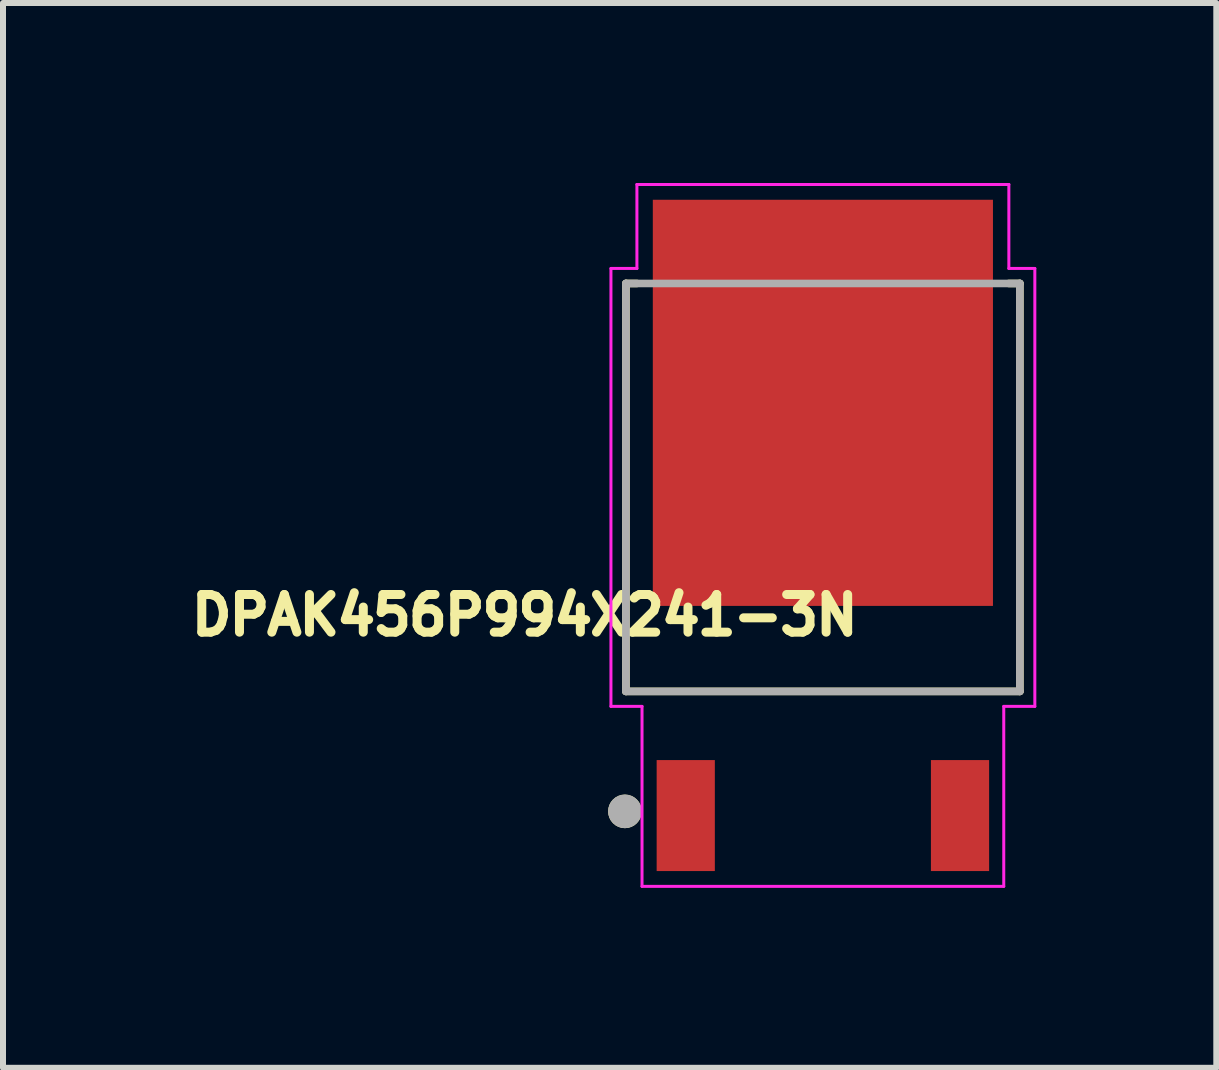
<source format=kicad_pcb>
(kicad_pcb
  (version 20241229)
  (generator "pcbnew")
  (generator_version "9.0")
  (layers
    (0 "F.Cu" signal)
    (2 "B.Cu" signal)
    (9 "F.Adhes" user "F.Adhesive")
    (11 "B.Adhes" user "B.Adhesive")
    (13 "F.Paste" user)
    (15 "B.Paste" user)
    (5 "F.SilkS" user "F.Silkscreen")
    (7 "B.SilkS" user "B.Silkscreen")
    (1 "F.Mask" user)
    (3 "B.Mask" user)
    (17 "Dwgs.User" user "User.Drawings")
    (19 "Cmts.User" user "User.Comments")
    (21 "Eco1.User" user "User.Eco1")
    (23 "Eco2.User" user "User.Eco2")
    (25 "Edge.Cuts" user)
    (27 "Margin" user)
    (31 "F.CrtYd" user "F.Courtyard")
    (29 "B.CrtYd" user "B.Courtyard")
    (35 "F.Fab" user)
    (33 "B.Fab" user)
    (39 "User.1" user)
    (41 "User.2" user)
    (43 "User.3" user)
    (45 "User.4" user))
  (footprint "DPAK456P994X241-3N"
    (layer "F.Cu")
    (at 10.667 5.875)
    (property "Reference" "DPAK456P994X241-3N" (at -4.97 1.33 180) (layer "F.SilkS") (effects (font (size 0.628 0.628) (thickness 0.15))))
    (attr through_hole)
    (fp_line (start -3.283 -4.2) (end -3.283 2.6) (stroke (width 0.127) (type solid)) (layer "F.SilkS"))
    (fp_line (start -3.283 2.6) (end 3.283 2.6) (stroke (width 0.127) (type solid)) (layer "F.SilkS"))
    (fp_line (start -3.1 -4.2) (end -3.283 -4.2) (stroke (width 0.127) (type solid)) (layer "F.SilkS"))
    (fp_line (start 3.283 -4.2) (end 3.1 -4.2) (stroke (width 0.127) (type solid)) (layer "F.SilkS"))
    (fp_line (start 3.283 2.6) (end 3.283 -4.2) (stroke (width 0.127) (type solid)) (layer "F.SilkS"))
    (fp_circle (center -3.3 4.6) (end -3.16 4.6) (stroke (width 0.28) (type solid)) (fill no) (layer "F.SilkS"))
    (fp_line (start -3.533 -4.45) (end -3.1 -4.45) (stroke (width 0.05) (type solid)) (layer "F.CrtYd"))
    (fp_line (start -3.533 2.85) (end -3.533 -4.45) (stroke (width 0.05) (type solid)) (layer "F.CrtYd"))
    (fp_line (start -3.1 -5.85) (end 3.1 -5.85) (stroke (width 0.05) (type solid)) (layer "F.CrtYd"))
    (fp_line (start -3.1 -4.45) (end -3.1 -5.85) (stroke (width 0.05) (type solid)) (layer "F.CrtYd"))
    (fp_line (start -3.015 2.85) (end -3.533 2.85) (stroke (width 0.05) (type solid)) (layer "F.CrtYd"))
    (fp_line (start -3.015 5.85) (end -3.015 2.85) (stroke (width 0.05) (type solid)) (layer "F.CrtYd"))
    (fp_line (start 3.015 2.85) (end 3.015 5.85) (stroke (width 0.05) (type solid)) (layer "F.CrtYd"))
    (fp_line (start 3.015 5.85) (end -3.015 5.85) (stroke (width 0.05) (type solid)) (layer "F.CrtYd"))
    (fp_line (start 3.1 -5.85) (end 3.1 -4.45) (stroke (width 0.05) (type solid)) (layer "F.CrtYd"))
    (fp_line (start 3.1 -4.45) (end 3.533 -4.45) (stroke (width 0.05) (type solid)) (layer "F.CrtYd"))
    (fp_line (start 3.533 -4.45) (end 3.533 2.85) (stroke (width 0.05) (type solid)) (layer "F.CrtYd"))
    (fp_line (start 3.533 2.85) (end 3.015 2.85) (stroke (width 0.05) (type solid)) (layer "F.CrtYd"))
    (fp_line (start -3.283 -4.2) (end 3.283 -4.2) (stroke (width 0.127) (type solid)) (layer "F.Fab"))
    (fp_line (start -3.283 2.6) (end -3.283 -4.2) (stroke (width 0.127) (type solid)) (layer "F.Fab"))
    (fp_line (start 3.283 -4.2) (end 3.283 2.6) (stroke (width 0.127) (type solid)) (layer "F.Fab"))
    (fp_line (start 3.283 2.6) (end -3.283 2.6) (stroke (width 0.127) (type solid)) (layer "F.Fab"))
    (fp_circle (center -3.3 4.6) (end -3.16 4.6) (stroke (width 0.28) (type solid)) (fill no) (layer "F.Fab"))
    (pad "1" smd rect (at -2.286 4.67) (size 0.97 1.85) (layers "F.Cu" "F.Mask" "F.Paste"))
    (pad "2" smd rect (at 0 -2.21) (size 5.67 6.77) (layers "F.Cu" "F.Mask" "F.Paste"))
    (pad "3" smd rect (at 2.286 4.67) (size 0.97 1.85) (layers "F.Cu" "F.Mask" "F.Paste")))
  (gr_rect
    (start -3 -3)
    (end 17.225 14.75)
    (stroke (width 0.1) (type default))
    (fill no)
    (layer "Edge.Cuts")))
</source>
